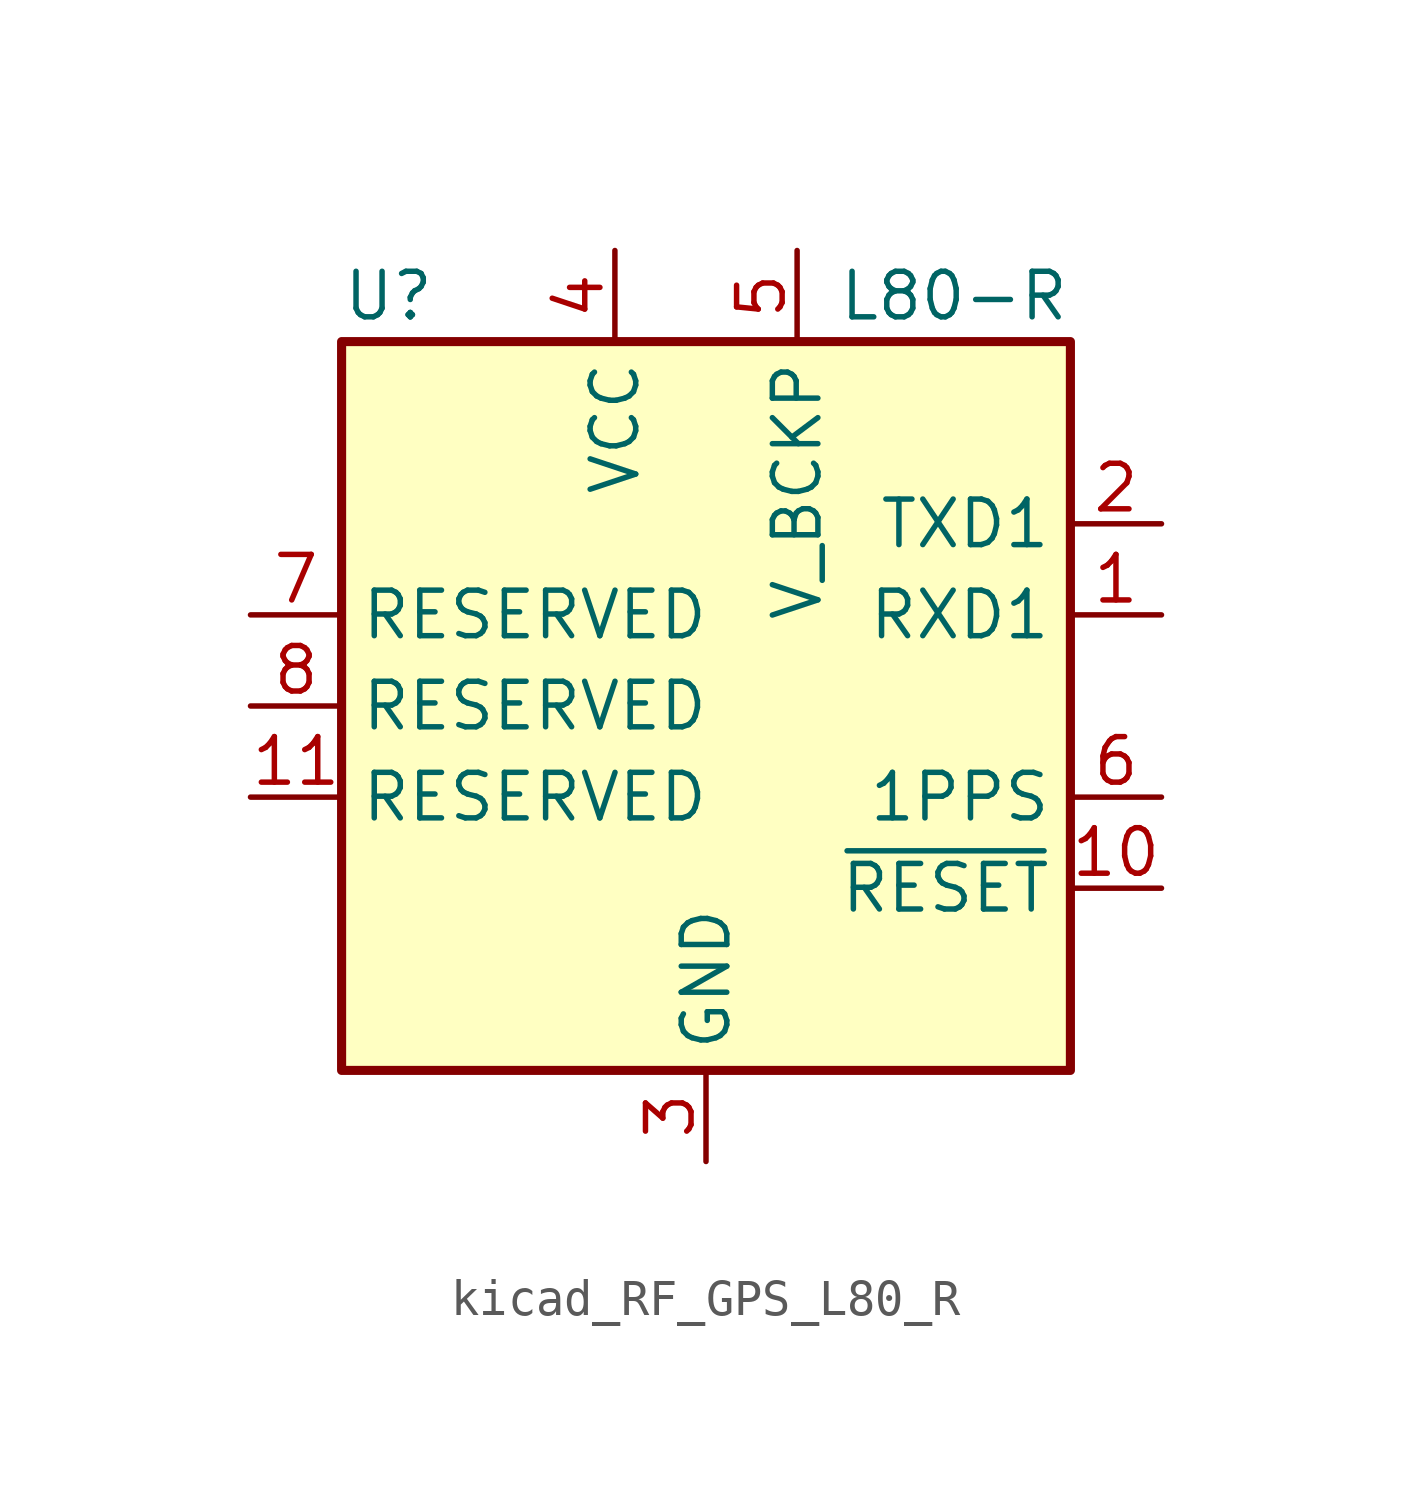
<source format=kicad_sym>
(kicad_symbol_lib
  (version 20220914)
  (generator kicad_symbol_editor)
  (symbol "kicad_RF_GPS_L80_R"
    (property "Reference" "U"
      (at -10.16 11.43 0)
      (effects (font (size 1.27 1.27)) (justify left)))
    (property "Value" "L80-R"
      (at 10.16 11.43 0)
      (effects (font (size 1.27 1.27)) (justify right)))
    (symbol "kicad_RF_GPS_L80_R_0_1"
      (rectangle (start -10.16 10.16) (end 10.16 -10.16) (stroke (width 0.254) (type default)) (fill (type background))))
    (symbol "kicad_RF_GPS_L80_R_1_1"
      (pin input line (at 12.7 2.54 180) (length 2.54) (name "RXD1" (effects (font (size 1.27 1.27)))) (number "1" (effects (font (size 1.27 1.27)))))
      (pin input line (at 12.7 -5.08 180) (length 2.54) (name "~{RESET}" (effects (font (size 1.27 1.27)))) (number "10" (effects (font (size 1.27 1.27)))))
      (pin passive line (at -12.7 -2.54 0) (length 2.54) (name "RESERVED" (effects (font (size 1.27 1.27)))) (number "11" (effects (font (size 1.27 1.27)))))
      (pin passive line (at 0 -12.7 90) (length 2.54) hide (name "GND" (effects (font (size 1.27 1.27)))) (number "12" (effects (font (size 1.27 1.27)))))
      (pin output line (at 12.7 5.08 180) (length 2.54) (name "TXD1" (effects (font (size 1.27 1.27)))) (number "2" (effects (font (size 1.27 1.27)))))
      (pin power_in line (at 0 -12.7 90) (length 2.54) (name "GND" (effects (font (size 1.27 1.27)))) (number "3" (effects (font (size 1.27 1.27)))))
      (pin power_in line (at -2.54 12.7 270) (length 2.54) (name "VCC" (effects (font (size 1.27 1.27)))) (number "4" (effects (font (size 1.27 1.27)))))
      (pin power_in line (at 2.54 12.7 270) (length 2.54) (name "V_BCKP" (effects (font (size 1.27 1.27)))) (number "5" (effects (font (size 1.27 1.27)))))
      (pin output line (at 12.7 -2.54 180) (length 2.54) (name "1PPS" (effects (font (size 1.27 1.27)))) (number "6" (effects (font (size 1.27 1.27)))))
      (pin passive line (at -12.7 2.54 0) (length 2.54) (name "RESERVED" (effects (font (size 1.27 1.27)))) (number "7" (effects (font (size 1.27 1.27)))))
      (pin passive line (at -12.7 0 0) (length 2.54) (name "RESERVED" (effects (font (size 1.27 1.27)))) (number "8" (effects (font (size 1.27 1.27)))))
      (pin no_connect line (at 10.16 0 180) (length 2.54) hide (name "NC" (effects (font (size 1.27 1.27)))) (number "9" (effects (font (size 1.27 1.27))))))))
</source>
